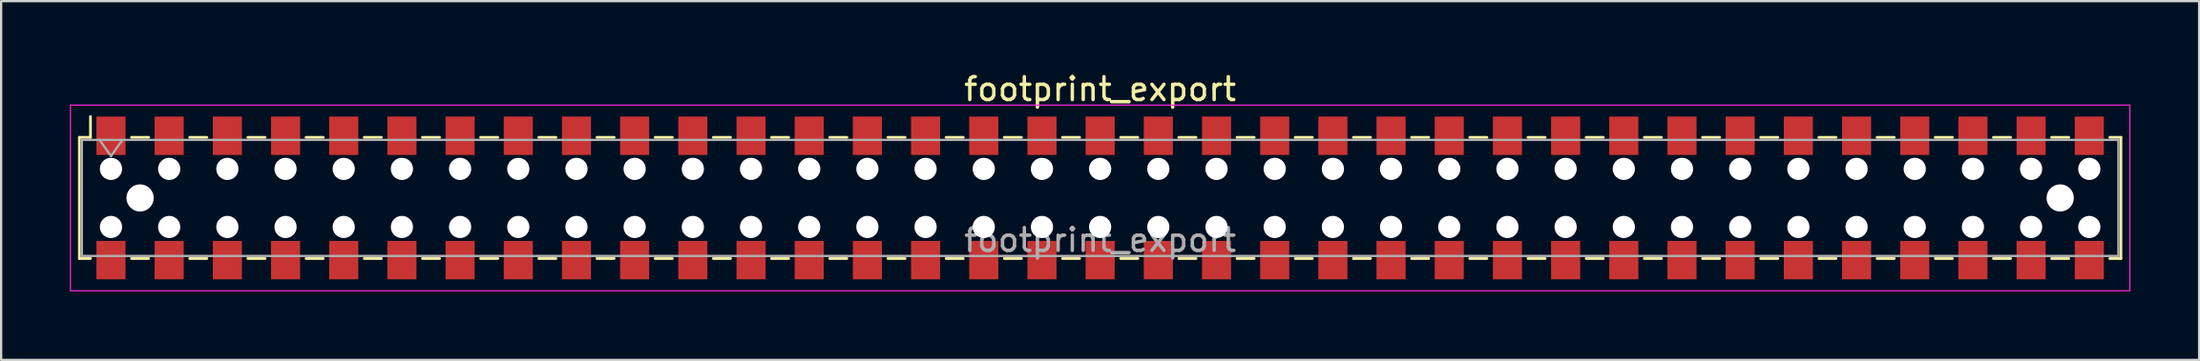
<source format=kicad_pcb>
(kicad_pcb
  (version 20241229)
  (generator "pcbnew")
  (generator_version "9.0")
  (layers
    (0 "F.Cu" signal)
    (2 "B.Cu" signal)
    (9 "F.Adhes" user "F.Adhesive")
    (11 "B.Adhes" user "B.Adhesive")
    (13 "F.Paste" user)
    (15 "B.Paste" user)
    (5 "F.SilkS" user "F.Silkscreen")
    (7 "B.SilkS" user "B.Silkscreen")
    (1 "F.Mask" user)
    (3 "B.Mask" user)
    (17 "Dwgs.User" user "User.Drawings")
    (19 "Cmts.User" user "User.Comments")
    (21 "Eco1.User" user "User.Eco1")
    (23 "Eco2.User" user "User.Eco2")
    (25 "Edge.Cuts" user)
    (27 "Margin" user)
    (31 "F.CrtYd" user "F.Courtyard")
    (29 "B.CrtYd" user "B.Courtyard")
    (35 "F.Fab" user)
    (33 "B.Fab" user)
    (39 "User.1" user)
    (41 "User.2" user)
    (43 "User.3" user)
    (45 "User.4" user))
  (footprint "footprint_export"
    (layer "F.Cu")
    (at 44.975 5.608)
    (property "Reference" "footprint_export" (at 0 -4.76 0) (layer "F.SilkS") (effects (font (size 1 1) (thickness 0.15))))
    (attr smd)
    (fp_line (start -44.56 -2.65) (end -44.56 2.65) (stroke (width 0.12) (type solid)) (layer "F.SilkS"))
    (fp_line (start -44.56 2.65) (end -44.075 2.65) (stroke (width 0.12) (type solid)) (layer "F.SilkS"))
    (fp_line (start -44.075 -3.56) (end -44.075 -2.65) (stroke (width 0.12) (type solid)) (layer "F.SilkS"))
    (fp_line (start -44.075 -2.65) (end -44.56 -2.65) (stroke (width 0.12) (type solid)) (layer "F.SilkS"))
    (fp_line (start -42.285 -2.65) (end -41.535 -2.65) (stroke (width 0.12) (type solid)) (layer "F.SilkS"))
    (fp_line (start -42.285 2.65) (end -41.535 2.65) (stroke (width 0.12) (type solid)) (layer "F.SilkS"))
    (fp_line (start -39.745 -2.65) (end -38.995 -2.65) (stroke (width 0.12) (type solid)) (layer "F.SilkS"))
    (fp_line (start -39.745 2.65) (end -38.995 2.65) (stroke (width 0.12) (type solid)) (layer "F.SilkS"))
    (fp_line (start -37.205 -2.65) (end -36.455 -2.65) (stroke (width 0.12) (type solid)) (layer "F.SilkS"))
    (fp_line (start -37.205 2.65) (end -36.455 2.65) (stroke (width 0.12) (type solid)) (layer "F.SilkS"))
    (fp_line (start -34.665 -2.65) (end -33.915 -2.65) (stroke (width 0.12) (type solid)) (layer "F.SilkS"))
    (fp_line (start -34.665 2.65) (end -33.915 2.65) (stroke (width 0.12) (type solid)) (layer "F.SilkS"))
    (fp_line (start -32.125 -2.65) (end -31.375 -2.65) (stroke (width 0.12) (type solid)) (layer "F.SilkS"))
    (fp_line (start -32.125 2.65) (end -31.375 2.65) (stroke (width 0.12) (type solid)) (layer "F.SilkS"))
    (fp_line (start -29.585 -2.65) (end -28.835 -2.65) (stroke (width 0.12) (type solid)) (layer "F.SilkS"))
    (fp_line (start -29.585 2.65) (end -28.835 2.65) (stroke (width 0.12) (type solid)) (layer "F.SilkS"))
    (fp_line (start -27.045 -2.65) (end -26.295 -2.65) (stroke (width 0.12) (type solid)) (layer "F.SilkS"))
    (fp_line (start -27.045 2.65) (end -26.295 2.65) (stroke (width 0.12) (type solid)) (layer "F.SilkS"))
    (fp_line (start -24.505 -2.65) (end -23.755 -2.65) (stroke (width 0.12) (type solid)) (layer "F.SilkS"))
    (fp_line (start -24.505 2.65) (end -23.755 2.65) (stroke (width 0.12) (type solid)) (layer "F.SilkS"))
    (fp_line (start -21.965 -2.65) (end -21.215 -2.65) (stroke (width 0.12) (type solid)) (layer "F.SilkS"))
    (fp_line (start -21.965 2.65) (end -21.215 2.65) (stroke (width 0.12) (type solid)) (layer "F.SilkS"))
    (fp_line (start -19.425 -2.65) (end -18.675 -2.65) (stroke (width 0.12) (type solid)) (layer "F.SilkS"))
    (fp_line (start -19.425 2.65) (end -18.675 2.65) (stroke (width 0.12) (type solid)) (layer "F.SilkS"))
    (fp_line (start -16.885 -2.65) (end -16.135 -2.65) (stroke (width 0.12) (type solid)) (layer "F.SilkS"))
    (fp_line (start -16.885 2.65) (end -16.135 2.65) (stroke (width 0.12) (type solid)) (layer "F.SilkS"))
    (fp_line (start -14.345 -2.65) (end -13.595 -2.65) (stroke (width 0.12) (type solid)) (layer "F.SilkS"))
    (fp_line (start -14.345 2.65) (end -13.595 2.65) (stroke (width 0.12) (type solid)) (layer "F.SilkS"))
    (fp_line (start -11.805 -2.65) (end -11.055 -2.65) (stroke (width 0.12) (type solid)) (layer "F.SilkS"))
    (fp_line (start -11.805 2.65) (end -11.055 2.65) (stroke (width 0.12) (type solid)) (layer "F.SilkS"))
    (fp_line (start -9.265 -2.65) (end -8.515 -2.65) (stroke (width 0.12) (type solid)) (layer "F.SilkS"))
    (fp_line (start -9.265 2.65) (end -8.515 2.65) (stroke (width 0.12) (type solid)) (layer "F.SilkS"))
    (fp_line (start -6.725 -2.65) (end -5.975 -2.65) (stroke (width 0.12) (type solid)) (layer "F.SilkS"))
    (fp_line (start -6.725 2.65) (end -5.975 2.65) (stroke (width 0.12) (type solid)) (layer "F.SilkS"))
    (fp_line (start -4.185 -2.65) (end -3.435 -2.65) (stroke (width 0.12) (type solid)) (layer "F.SilkS"))
    (fp_line (start -4.185 2.65) (end -3.435 2.65) (stroke (width 0.12) (type solid)) (layer "F.SilkS"))
    (fp_line (start -1.645 -2.65) (end -0.895 -2.65) (stroke (width 0.12) (type solid)) (layer "F.SilkS"))
    (fp_line (start -1.645 2.65) (end -0.895 2.65) (stroke (width 0.12) (type solid)) (layer "F.SilkS"))
    (fp_line (start 0.895 -2.65) (end 1.645 -2.65) (stroke (width 0.12) (type solid)) (layer "F.SilkS"))
    (fp_line (start 0.895 2.65) (end 1.645 2.65) (stroke (width 0.12) (type solid)) (layer "F.SilkS"))
    (fp_line (start 3.435 -2.65) (end 4.185 -2.65) (stroke (width 0.12) (type solid)) (layer "F.SilkS"))
    (fp_line (start 3.435 2.65) (end 4.185 2.65) (stroke (width 0.12) (type solid)) (layer "F.SilkS"))
    (fp_line (start 5.975 -2.65) (end 6.725 -2.65) (stroke (width 0.12) (type solid)) (layer "F.SilkS"))
    (fp_line (start 5.975 2.65) (end 6.725 2.65) (stroke (width 0.12) (type solid)) (layer "F.SilkS"))
    (fp_line (start 8.515 -2.65) (end 9.265 -2.65) (stroke (width 0.12) (type solid)) (layer "F.SilkS"))
    (fp_line (start 8.515 2.65) (end 9.265 2.65) (stroke (width 0.12) (type solid)) (layer "F.SilkS"))
    (fp_line (start 11.055 -2.65) (end 11.805 -2.65) (stroke (width 0.12) (type solid)) (layer "F.SilkS"))
    (fp_line (start 11.055 2.65) (end 11.805 2.65) (stroke (width 0.12) (type solid)) (layer "F.SilkS"))
    (fp_line (start 13.595 -2.65) (end 14.345 -2.65) (stroke (width 0.12) (type solid)) (layer "F.SilkS"))
    (fp_line (start 13.595 2.65) (end 14.345 2.65) (stroke (width 0.12) (type solid)) (layer "F.SilkS"))
    (fp_line (start 16.135 -2.65) (end 16.885 -2.65) (stroke (width 0.12) (type solid)) (layer "F.SilkS"))
    (fp_line (start 16.135 2.65) (end 16.885 2.65) (stroke (width 0.12) (type solid)) (layer "F.SilkS"))
    (fp_line (start 18.675 -2.65) (end 19.425 -2.65) (stroke (width 0.12) (type solid)) (layer "F.SilkS"))
    (fp_line (start 18.675 2.65) (end 19.425 2.65) (stroke (width 0.12) (type solid)) (layer "F.SilkS"))
    (fp_line (start 21.215 -2.65) (end 21.965 -2.65) (stroke (width 0.12) (type solid)) (layer "F.SilkS"))
    (fp_line (start 21.215 2.65) (end 21.965 2.65) (stroke (width 0.12) (type solid)) (layer "F.SilkS"))
    (fp_line (start 23.755 -2.65) (end 24.505 -2.65) (stroke (width 0.12) (type solid)) (layer "F.SilkS"))
    (fp_line (start 23.755 2.65) (end 24.505 2.65) (stroke (width 0.12) (type solid)) (layer "F.SilkS"))
    (fp_line (start 26.295 -2.65) (end 27.045 -2.65) (stroke (width 0.12) (type solid)) (layer "F.SilkS"))
    (fp_line (start 26.295 2.65) (end 27.045 2.65) (stroke (width 0.12) (type solid)) (layer "F.SilkS"))
    (fp_line (start 28.835 -2.65) (end 29.585 -2.65) (stroke (width 0.12) (type solid)) (layer "F.SilkS"))
    (fp_line (start 28.835 2.65) (end 29.585 2.65) (stroke (width 0.12) (type solid)) (layer "F.SilkS"))
    (fp_line (start 31.375 -2.65) (end 32.125 -2.65) (stroke (width 0.12) (type solid)) (layer "F.SilkS"))
    (fp_line (start 31.375 2.65) (end 32.125 2.65) (stroke (width 0.12) (type solid)) (layer "F.SilkS"))
    (fp_line (start 33.915 -2.65) (end 34.665 -2.65) (stroke (width 0.12) (type solid)) (layer "F.SilkS"))
    (fp_line (start 33.915 2.65) (end 34.665 2.65) (stroke (width 0.12) (type solid)) (layer "F.SilkS"))
    (fp_line (start 36.455 -2.65) (end 37.205 -2.65) (stroke (width 0.12) (type solid)) (layer "F.SilkS"))
    (fp_line (start 36.455 2.65) (end 37.205 2.65) (stroke (width 0.12) (type solid)) (layer "F.SilkS"))
    (fp_line (start 38.995 -2.65) (end 39.745 -2.65) (stroke (width 0.12) (type solid)) (layer "F.SilkS"))
    (fp_line (start 38.995 2.65) (end 39.745 2.65) (stroke (width 0.12) (type solid)) (layer "F.SilkS"))
    (fp_line (start 41.535 -2.65) (end 42.285 -2.65) (stroke (width 0.12) (type solid)) (layer "F.SilkS"))
    (fp_line (start 41.535 2.65) (end 42.285 2.65) (stroke (width 0.12) (type solid)) (layer "F.SilkS"))
    (fp_line (start 44.075 -2.65) (end 44.56 -2.65) (stroke (width 0.12) (type solid)) (layer "F.SilkS"))
    (fp_line (start 44.56 -2.65) (end 44.56 2.65) (stroke (width 0.12) (type solid)) (layer "F.SilkS"))
    (fp_line (start 44.56 2.65) (end 44.075 2.65) (stroke (width 0.12) (type solid)) (layer "F.SilkS"))
    (fp_line (start -44.95 -4.06) (end 44.95 -4.06) (stroke (width 0.05) (type solid)) (layer "F.CrtYd"))
    (fp_line (start -44.95 4.06) (end -44.95 -4.06) (stroke (width 0.05) (type solid)) (layer "F.CrtYd"))
    (fp_line (start 44.95 -4.06) (end 44.95 4.06) (stroke (width 0.05) (type solid)) (layer "F.CrtYd"))
    (fp_line (start 44.95 4.06) (end -44.95 4.06) (stroke (width 0.05) (type solid)) (layer "F.CrtYd"))
    (fp_line (start -44.45 -2.54) (end 44.45 -2.54) (stroke (width 0.1) (type solid)) (layer "F.Fab"))
    (fp_line (start -44.45 2.54) (end -44.45 -2.54) (stroke (width 0.1) (type solid)) (layer "F.Fab"))
    (fp_line (start -43.68 -2.54) (end -43.18 -1.833) (stroke (width 0.1) (type solid)) (layer "F.Fab"))
    (fp_line (start -43.18 -1.833) (end -42.68 -2.54) (stroke (width 0.1) (type solid)) (layer "F.Fab"))
    (fp_line (start 44.45 -2.54) (end 44.45 2.54) (stroke (width 0.1) (type solid)) (layer "F.Fab"))
    (fp_line (start 44.45 2.54) (end -44.45 2.54) (stroke (width 0.1) (type solid)) (layer "F.Fab"))
    (fp_text user "${REFERENCE}" (at 0 1.84 0) (layer "F.Fab") (effects (font (size 1 1) (thickness 0.15))))
    (pad "" np_thru_hole circle (at -43.18 -1.27) (size 0.97 0.97) (drill 0.97) (layers "*.Cu" "*.Mask"))
    (pad "" np_thru_hole circle (at -43.18 1.27) (size 0.97 0.97) (drill 0.97) (layers "*.Cu" "*.Mask"))
    (pad "" np_thru_hole circle (at -41.91 0) (size 1.19 1.19) (drill 1.19) (layers "*.Cu" "*.Mask"))
    (pad "" np_thru_hole circle (at -40.64 -1.27) (size 0.97 0.97) (drill 0.97) (layers "*.Cu" "*.Mask"))
    (pad "" np_thru_hole circle (at -40.64 1.27) (size 0.97 0.97) (drill 0.97) (layers "*.Cu" "*.Mask"))
    (pad "" np_thru_hole circle (at -38.1 -1.27) (size 0.97 0.97) (drill 0.97) (layers "*.Cu" "*.Mask"))
    (pad "" np_thru_hole circle (at -38.1 1.27) (size 0.97 0.97) (drill 0.97) (layers "*.Cu" "*.Mask"))
    (pad "" np_thru_hole circle (at -35.56 -1.27) (size 0.97 0.97) (drill 0.97) (layers "*.Cu" "*.Mask"))
    (pad "" np_thru_hole circle (at -35.56 1.27) (size 0.97 0.97) (drill 0.97) (layers "*.Cu" "*.Mask"))
    (pad "" np_thru_hole circle (at -33.02 -1.27) (size 0.97 0.97) (drill 0.97) (layers "*.Cu" "*.Mask"))
    (pad "" np_thru_hole circle (at -33.02 1.27) (size 0.97 0.97) (drill 0.97) (layers "*.Cu" "*.Mask"))
    (pad "" np_thru_hole circle (at -30.48 -1.27) (size 0.97 0.97) (drill 0.97) (layers "*.Cu" "*.Mask"))
    (pad "" np_thru_hole circle (at -30.48 1.27) (size 0.97 0.97) (drill 0.97) (layers "*.Cu" "*.Mask"))
    (pad "" np_thru_hole circle (at -27.94 -1.27) (size 0.97 0.97) (drill 0.97) (layers "*.Cu" "*.Mask"))
    (pad "" np_thru_hole circle (at -27.94 1.27) (size 0.97 0.97) (drill 0.97) (layers "*.Cu" "*.Mask"))
    (pad "" np_thru_hole circle (at -25.4 -1.27) (size 0.97 0.97) (drill 0.97) (layers "*.Cu" "*.Mask"))
    (pad "" np_thru_hole circle (at -25.4 1.27) (size 0.97 0.97) (drill 0.97) (layers "*.Cu" "*.Mask"))
    (pad "" np_thru_hole circle (at -22.86 -1.27) (size 0.97 0.97) (drill 0.97) (layers "*.Cu" "*.Mask"))
    (pad "" np_thru_hole circle (at -22.86 1.27) (size 0.97 0.97) (drill 0.97) (layers "*.Cu" "*.Mask"))
    (pad "" np_thru_hole circle (at -20.32 -1.27) (size 0.97 0.97) (drill 0.97) (layers "*.Cu" "*.Mask"))
    (pad "" np_thru_hole circle (at -20.32 1.27) (size 0.97 0.97) (drill 0.97) (layers "*.Cu" "*.Mask"))
    (pad "" np_thru_hole circle (at -17.78 -1.27) (size 0.97 0.97) (drill 0.97) (layers "*.Cu" "*.Mask"))
    (pad "" np_thru_hole circle (at -17.78 1.27) (size 0.97 0.97) (drill 0.97) (layers "*.Cu" "*.Mask"))
    (pad "" np_thru_hole circle (at -15.24 -1.27) (size 0.97 0.97) (drill 0.97) (layers "*.Cu" "*.Mask"))
    (pad "" np_thru_hole circle (at -15.24 1.27) (size 0.97 0.97) (drill 0.97) (layers "*.Cu" "*.Mask"))
    (pad "" np_thru_hole circle (at -12.7 -1.27) (size 0.97 0.97) (drill 0.97) (layers "*.Cu" "*.Mask"))
    (pad "" np_thru_hole circle (at -12.7 1.27) (size 0.97 0.97) (drill 0.97) (layers "*.Cu" "*.Mask"))
    (pad "" np_thru_hole circle (at -10.16 -1.27) (size 0.97 0.97) (drill 0.97) (layers "*.Cu" "*.Mask"))
    (pad "" np_thru_hole circle (at -10.16 1.27) (size 0.97 0.97) (drill 0.97) (layers "*.Cu" "*.Mask"))
    (pad "" np_thru_hole circle (at -7.62 -1.27) (size 0.97 0.97) (drill 0.97) (layers "*.Cu" "*.Mask"))
    (pad "" np_thru_hole circle (at -7.62 1.27) (size 0.97 0.97) (drill 0.97) (layers "*.Cu" "*.Mask"))
    (pad "" np_thru_hole circle (at -5.08 -1.27) (size 0.97 0.97) (drill 0.97) (layers "*.Cu" "*.Mask"))
    (pad "" np_thru_hole circle (at -5.08 1.27) (size 0.97 0.97) (drill 0.97) (layers "*.Cu" "*.Mask"))
    (pad "" np_thru_hole circle (at -2.54 -1.27) (size 0.97 0.97) (drill 0.97) (layers "*.Cu" "*.Mask"))
    (pad "" np_thru_hole circle (at -2.54 1.27) (size 0.97 0.97) (drill 0.97) (layers "*.Cu" "*.Mask"))
    (pad "" np_thru_hole circle (at 0 -1.27) (size 0.97 0.97) (drill 0.97) (layers "*.Cu" "*.Mask"))
    (pad "" np_thru_hole circle (at 0 1.27) (size 0.97 0.97) (drill 0.97) (layers "*.Cu" "*.Mask"))
    (pad "" np_thru_hole circle (at 2.54 -1.27) (size 0.97 0.97) (drill 0.97) (layers "*.Cu" "*.Mask"))
    (pad "" np_thru_hole circle (at 2.54 1.27) (size 0.97 0.97) (drill 0.97) (layers "*.Cu" "*.Mask"))
    (pad "" np_thru_hole circle (at 5.08 -1.27) (size 0.97 0.97) (drill 0.97) (layers "*.Cu" "*.Mask"))
    (pad "" np_thru_hole circle (at 5.08 1.27) (size 0.97 0.97) (drill 0.97) (layers "*.Cu" "*.Mask"))
    (pad "" np_thru_hole circle (at 7.62 -1.27) (size 0.97 0.97) (drill 0.97) (layers "*.Cu" "*.Mask"))
    (pad "" np_thru_hole circle (at 7.62 1.27) (size 0.97 0.97) (drill 0.97) (layers "*.Cu" "*.Mask"))
    (pad "" np_thru_hole circle (at 10.16 -1.27) (size 0.97 0.97) (drill 0.97) (layers "*.Cu" "*.Mask"))
    (pad "" np_thru_hole circle (at 10.16 1.27) (size 0.97 0.97) (drill 0.97) (layers "*.Cu" "*.Mask"))
    (pad "" np_thru_hole circle (at 12.7 -1.27) (size 0.97 0.97) (drill 0.97) (layers "*.Cu" "*.Mask"))
    (pad "" np_thru_hole circle (at 12.7 1.27) (size 0.97 0.97) (drill 0.97) (layers "*.Cu" "*.Mask"))
    (pad "" np_thru_hole circle (at 15.24 -1.27) (size 0.97 0.97) (drill 0.97) (layers "*.Cu" "*.Mask"))
    (pad "" np_thru_hole circle (at 15.24 1.27) (size 0.97 0.97) (drill 0.97) (layers "*.Cu" "*.Mask"))
    (pad "" np_thru_hole circle (at 17.78 -1.27) (size 0.97 0.97) (drill 0.97) (layers "*.Cu" "*.Mask"))
    (pad "" np_thru_hole circle (at 17.78 1.27) (size 0.97 0.97) (drill 0.97) (layers "*.Cu" "*.Mask"))
    (pad "" np_thru_hole circle (at 20.32 -1.27) (size 0.97 0.97) (drill 0.97) (layers "*.Cu" "*.Mask"))
    (pad "" np_thru_hole circle (at 20.32 1.27) (size 0.97 0.97) (drill 0.97) (layers "*.Cu" "*.Mask"))
    (pad "" np_thru_hole circle (at 22.86 -1.27) (size 0.97 0.97) (drill 0.97) (layers "*.Cu" "*.Mask"))
    (pad "" np_thru_hole circle (at 22.86 1.27) (size 0.97 0.97) (drill 0.97) (layers "*.Cu" "*.Mask"))
    (pad "" np_thru_hole circle (at 25.4 -1.27) (size 0.97 0.97) (drill 0.97) (layers "*.Cu" "*.Mask"))
    (pad "" np_thru_hole circle (at 25.4 1.27) (size 0.97 0.97) (drill 0.97) (layers "*.Cu" "*.Mask"))
    (pad "" np_thru_hole circle (at 27.94 -1.27) (size 0.97 0.97) (drill 0.97) (layers "*.Cu" "*.Mask"))
    (pad "" np_thru_hole circle (at 27.94 1.27) (size 0.97 0.97) (drill 0.97) (layers "*.Cu" "*.Mask"))
    (pad "" np_thru_hole circle (at 30.48 -1.27) (size 0.97 0.97) (drill 0.97) (layers "*.Cu" "*.Mask"))
    (pad "" np_thru_hole circle (at 30.48 1.27) (size 0.97 0.97) (drill 0.97) (layers "*.Cu" "*.Mask"))
    (pad "" np_thru_hole circle (at 33.02 -1.27) (size 0.97 0.97) (drill 0.97) (layers "*.Cu" "*.Mask"))
    (pad "" np_thru_hole circle (at 33.02 1.27) (size 0.97 0.97) (drill 0.97) (layers "*.Cu" "*.Mask"))
    (pad "" np_thru_hole circle (at 35.56 -1.27) (size 0.97 0.97) (drill 0.97) (layers "*.Cu" "*.Mask"))
    (pad "" np_thru_hole circle (at 35.56 1.27) (size 0.97 0.97) (drill 0.97) (layers "*.Cu" "*.Mask"))
    (pad "" np_thru_hole circle (at 38.1 -1.27) (size 0.97 0.97) (drill 0.97) (layers "*.Cu" "*.Mask"))
    (pad "" np_thru_hole circle (at 38.1 1.27) (size 0.97 0.97) (drill 0.97) (layers "*.Cu" "*.Mask"))
    (pad "" np_thru_hole circle (at 40.64 -1.27) (size 0.97 0.97) (drill 0.97) (layers "*.Cu" "*.Mask"))
    (pad "" np_thru_hole circle (at 40.64 1.27) (size 0.97 0.97) (drill 0.97) (layers "*.Cu" "*.Mask"))
    (pad "" np_thru_hole circle (at 41.91 0) (size 1.19 1.19) (drill 1.19) (layers "*.Cu" "*.Mask"))
    (pad "" np_thru_hole circle (at 43.18 -1.27) (size 0.97 0.97) (drill 0.97) (layers "*.Cu" "*.Mask"))
    (pad "" np_thru_hole circle (at 43.18 1.27) (size 0.97 0.97) (drill 0.97) (layers "*.Cu" "*.Mask"))
    (pad "1" smd rect (at -43.18 -2.72) (size 1.27 1.68) (layers "F.Cu" "F.Mask" "F.Paste"))
    (pad "2" smd rect (at -43.18 2.72) (size 1.27 1.68) (layers "F.Cu" "F.Mask" "F.Paste"))
    (pad "3" smd rect (at -40.64 -2.72) (size 1.27 1.68) (layers "F.Cu" "F.Mask" "F.Paste"))
    (pad "4" smd rect (at -40.64 2.72) (size 1.27 1.68) (layers "F.Cu" "F.Mask" "F.Paste"))
    (pad "5" smd rect (at -38.1 -2.72) (size 1.27 1.68) (layers "F.Cu" "F.Mask" "F.Paste"))
    (pad "6" smd rect (at -38.1 2.72) (size 1.27 1.68) (layers "F.Cu" "F.Mask" "F.Paste"))
    (pad "7" smd rect (at -35.56 -2.72) (size 1.27 1.68) (layers "F.Cu" "F.Mask" "F.Paste"))
    (pad "8" smd rect (at -35.56 2.72) (size 1.27 1.68) (layers "F.Cu" "F.Mask" "F.Paste"))
    (pad "9" smd rect (at -33.02 -2.72) (size 1.27 1.68) (layers "F.Cu" "F.Mask" "F.Paste"))
    (pad "10" smd rect (at -33.02 2.72) (size 1.27 1.68) (layers "F.Cu" "F.Mask" "F.Paste"))
    (pad "11" smd rect (at -30.48 -2.72) (size 1.27 1.68) (layers "F.Cu" "F.Mask" "F.Paste"))
    (pad "12" smd rect (at -30.48 2.72) (size 1.27 1.68) (layers "F.Cu" "F.Mask" "F.Paste"))
    (pad "13" smd rect (at -27.94 -2.72) (size 1.27 1.68) (layers "F.Cu" "F.Mask" "F.Paste"))
    (pad "14" smd rect (at -27.94 2.72) (size 1.27 1.68) (layers "F.Cu" "F.Mask" "F.Paste"))
    (pad "15" smd rect (at -25.4 -2.72) (size 1.27 1.68) (layers "F.Cu" "F.Mask" "F.Paste"))
    (pad "16" smd rect (at -25.4 2.72) (size 1.27 1.68) (layers "F.Cu" "F.Mask" "F.Paste"))
    (pad "17" smd rect (at -22.86 -2.72) (size 1.27 1.68) (layers "F.Cu" "F.Mask" "F.Paste"))
    (pad "18" smd rect (at -22.86 2.72) (size 1.27 1.68) (layers "F.Cu" "F.Mask" "F.Paste"))
    (pad "19" smd rect (at -20.32 -2.72) (size 1.27 1.68) (layers "F.Cu" "F.Mask" "F.Paste"))
    (pad "20" smd rect (at -20.32 2.72) (size 1.27 1.68) (layers "F.Cu" "F.Mask" "F.Paste"))
    (pad "21" smd rect (at -17.78 -2.72) (size 1.27 1.68) (layers "F.Cu" "F.Mask" "F.Paste"))
    (pad "22" smd rect (at -17.78 2.72) (size 1.27 1.68) (layers "F.Cu" "F.Mask" "F.Paste"))
    (pad "23" smd rect (at -15.24 -2.72) (size 1.27 1.68) (layers "F.Cu" "F.Mask" "F.Paste"))
    (pad "24" smd rect (at -15.24 2.72) (size 1.27 1.68) (layers "F.Cu" "F.Mask" "F.Paste"))
    (pad "25" smd rect (at -12.7 -2.72) (size 1.27 1.68) (layers "F.Cu" "F.Mask" "F.Paste"))
    (pad "26" smd rect (at -12.7 2.72) (size 1.27 1.68) (layers "F.Cu" "F.Mask" "F.Paste"))
    (pad "27" smd rect (at -10.16 -2.72) (size 1.27 1.68) (layers "F.Cu" "F.Mask" "F.Paste"))
    (pad "28" smd rect (at -10.16 2.72) (size 1.27 1.68) (layers "F.Cu" "F.Mask" "F.Paste"))
    (pad "29" smd rect (at -7.62 -2.72) (size 1.27 1.68) (layers "F.Cu" "F.Mask" "F.Paste"))
    (pad "30" smd rect (at -7.62 2.72) (size 1.27 1.68) (layers "F.Cu" "F.Mask" "F.Paste"))
    (pad "31" smd rect (at -5.08 -2.72) (size 1.27 1.68) (layers "F.Cu" "F.Mask" "F.Paste"))
    (pad "32" smd rect (at -5.08 2.72) (size 1.27 1.68) (layers "F.Cu" "F.Mask" "F.Paste"))
    (pad "33" smd rect (at -2.54 -2.72) (size 1.27 1.68) (layers "F.Cu" "F.Mask" "F.Paste"))
    (pad "34" smd rect (at -2.54 2.72) (size 1.27 1.68) (layers "F.Cu" "F.Mask" "F.Paste"))
    (pad "35" smd rect (at 0 -2.72) (size 1.27 1.68) (layers "F.Cu" "F.Mask" "F.Paste"))
    (pad "36" smd rect (at 0 2.72) (size 1.27 1.68) (layers "F.Cu" "F.Mask" "F.Paste"))
    (pad "37" smd rect (at 2.54 -2.72) (size 1.27 1.68) (layers "F.Cu" "F.Mask" "F.Paste"))
    (pad "38" smd rect (at 2.54 2.72) (size 1.27 1.68) (layers "F.Cu" "F.Mask" "F.Paste"))
    (pad "39" smd rect (at 5.08 -2.72) (size 1.27 1.68) (layers "F.Cu" "F.Mask" "F.Paste"))
    (pad "40" smd rect (at 5.08 2.72) (size 1.27 1.68) (layers "F.Cu" "F.Mask" "F.Paste"))
    (pad "41" smd rect (at 7.62 -2.72) (size 1.27 1.68) (layers "F.Cu" "F.Mask" "F.Paste"))
    (pad "42" smd rect (at 7.62 2.72) (size 1.27 1.68) (layers "F.Cu" "F.Mask" "F.Paste"))
    (pad "43" smd rect (at 10.16 -2.72) (size 1.27 1.68) (layers "F.Cu" "F.Mask" "F.Paste"))
    (pad "44" smd rect (at 10.16 2.72) (size 1.27 1.68) (layers "F.Cu" "F.Mask" "F.Paste"))
    (pad "45" smd rect (at 12.7 -2.72) (size 1.27 1.68) (layers "F.Cu" "F.Mask" "F.Paste"))
    (pad "46" smd rect (at 12.7 2.72) (size 1.27 1.68) (layers "F.Cu" "F.Mask" "F.Paste"))
    (pad "47" smd rect (at 15.24 -2.72) (size 1.27 1.68) (layers "F.Cu" "F.Mask" "F.Paste"))
    (pad "48" smd rect (at 15.24 2.72) (size 1.27 1.68) (layers "F.Cu" "F.Mask" "F.Paste"))
    (pad "49" smd rect (at 17.78 -2.72) (size 1.27 1.68) (layers "F.Cu" "F.Mask" "F.Paste"))
    (pad "50" smd rect (at 17.78 2.72) (size 1.27 1.68) (layers "F.Cu" "F.Mask" "F.Paste"))
    (pad "51" smd rect (at 20.32 -2.72) (size 1.27 1.68) (layers "F.Cu" "F.Mask" "F.Paste"))
    (pad "52" smd rect (at 20.32 2.72) (size 1.27 1.68) (layers "F.Cu" "F.Mask" "F.Paste"))
    (pad "53" smd rect (at 22.86 -2.72) (size 1.27 1.68) (layers "F.Cu" "F.Mask" "F.Paste"))
    (pad "54" smd rect (at 22.86 2.72) (size 1.27 1.68) (layers "F.Cu" "F.Mask" "F.Paste"))
    (pad "55" smd rect (at 25.4 -2.72) (size 1.27 1.68) (layers "F.Cu" "F.Mask" "F.Paste"))
    (pad "56" smd rect (at 25.4 2.72) (size 1.27 1.68) (layers "F.Cu" "F.Mask" "F.Paste"))
    (pad "57" smd rect (at 27.94 -2.72) (size 1.27 1.68) (layers "F.Cu" "F.Mask" "F.Paste"))
    (pad "58" smd rect (at 27.94 2.72) (size 1.27 1.68) (layers "F.Cu" "F.Mask" "F.Paste"))
    (pad "59" smd rect (at 30.48 -2.72) (size 1.27 1.68) (layers "F.Cu" "F.Mask" "F.Paste"))
    (pad "60" smd rect (at 30.48 2.72) (size 1.27 1.68) (layers "F.Cu" "F.Mask" "F.Paste"))
    (pad "61" smd rect (at 33.02 -2.72) (size 1.27 1.68) (layers "F.Cu" "F.Mask" "F.Paste"))
    (pad "62" smd rect (at 33.02 2.72) (size 1.27 1.68) (layers "F.Cu" "F.Mask" "F.Paste"))
    (pad "63" smd rect (at 35.56 -2.72) (size 1.27 1.68) (layers "F.Cu" "F.Mask" "F.Paste"))
    (pad "64" smd rect (at 35.56 2.72) (size 1.27 1.68) (layers "F.Cu" "F.Mask" "F.Paste"))
    (pad "65" smd rect (at 38.1 -2.72) (size 1.27 1.68) (layers "F.Cu" "F.Mask" "F.Paste"))
    (pad "66" smd rect (at 38.1 2.72) (size 1.27 1.68) (layers "F.Cu" "F.Mask" "F.Paste"))
    (pad "67" smd rect (at 40.64 -2.72) (size 1.27 1.68) (layers "F.Cu" "F.Mask" "F.Paste"))
    (pad "68" smd rect (at 40.64 2.72) (size 1.27 1.68) (layers "F.Cu" "F.Mask" "F.Paste"))
    (pad "69" smd rect (at 43.18 -2.72) (size 1.27 1.68) (layers "F.Cu" "F.Mask" "F.Paste"))
    (pad "70" smd rect (at 43.18 2.72) (size 1.27 1.68) (layers "F.Cu" "F.Mask" "F.Paste")))
  (gr_rect
    (start -3 -3)
    (end 92.95 12.693)
    (stroke (width 0.1) (type default))
    (fill no)
    (layer "Edge.Cuts")))
</source>
